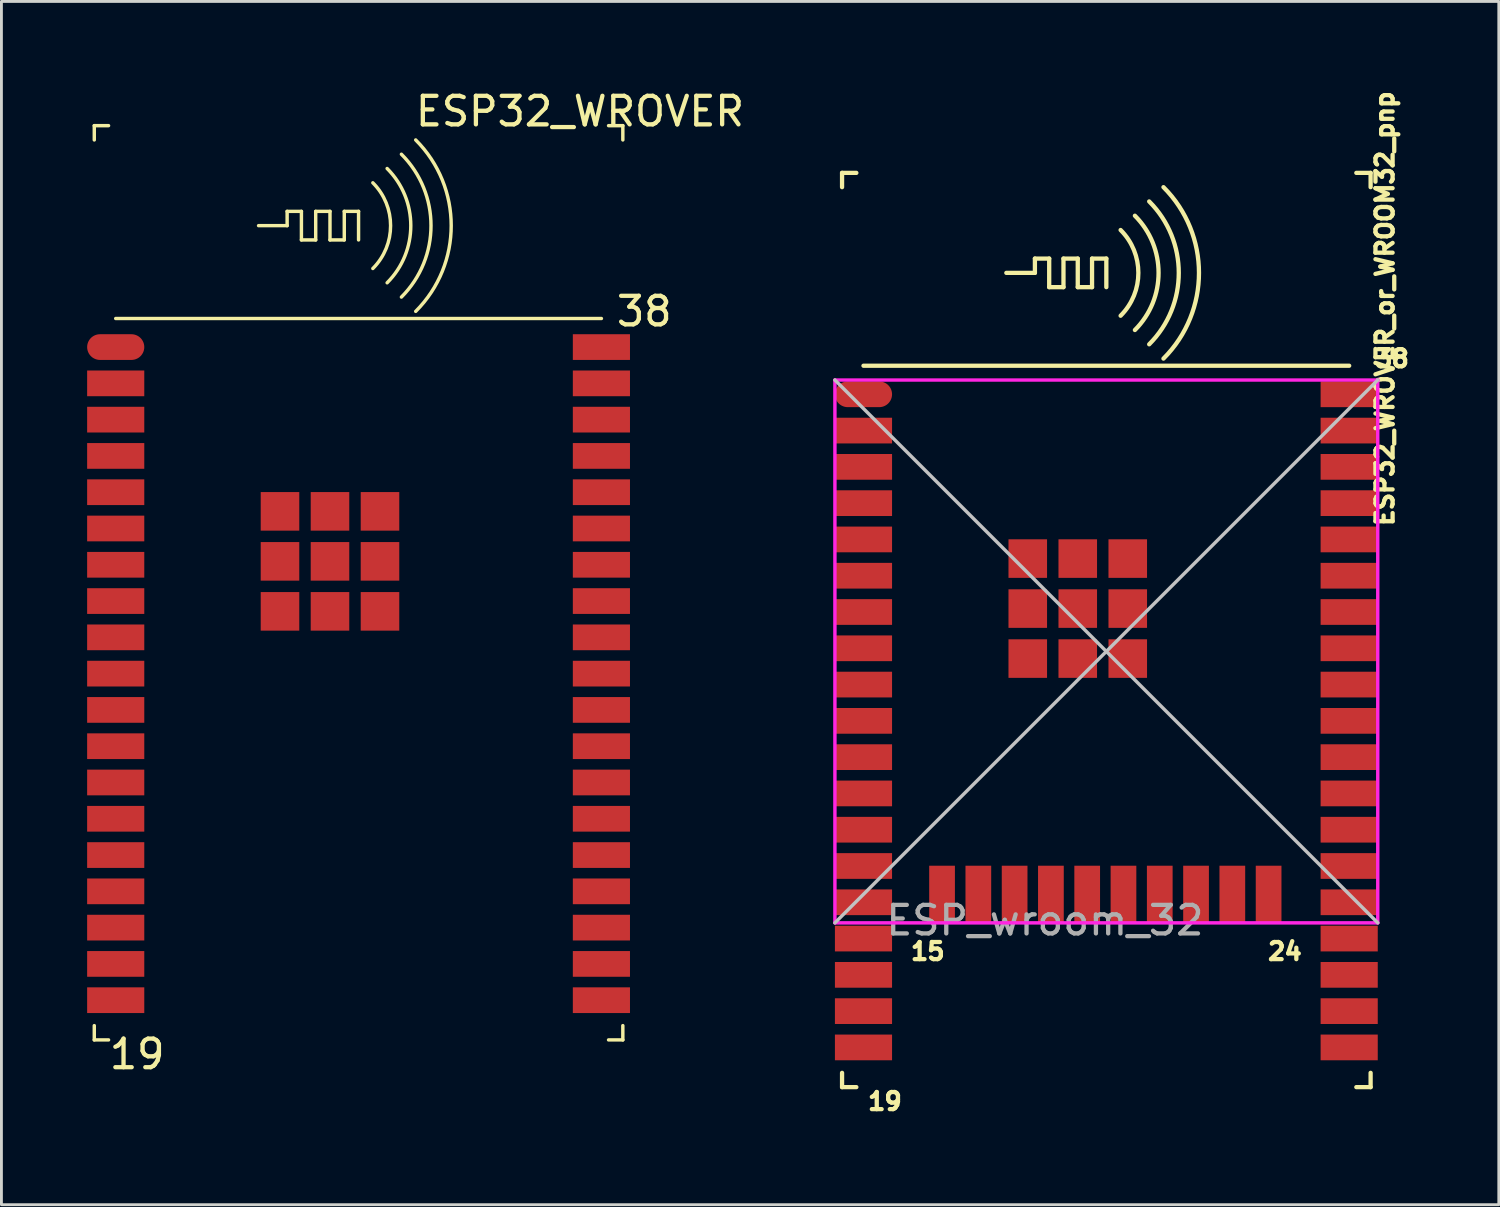
<source format=kicad_pcb>
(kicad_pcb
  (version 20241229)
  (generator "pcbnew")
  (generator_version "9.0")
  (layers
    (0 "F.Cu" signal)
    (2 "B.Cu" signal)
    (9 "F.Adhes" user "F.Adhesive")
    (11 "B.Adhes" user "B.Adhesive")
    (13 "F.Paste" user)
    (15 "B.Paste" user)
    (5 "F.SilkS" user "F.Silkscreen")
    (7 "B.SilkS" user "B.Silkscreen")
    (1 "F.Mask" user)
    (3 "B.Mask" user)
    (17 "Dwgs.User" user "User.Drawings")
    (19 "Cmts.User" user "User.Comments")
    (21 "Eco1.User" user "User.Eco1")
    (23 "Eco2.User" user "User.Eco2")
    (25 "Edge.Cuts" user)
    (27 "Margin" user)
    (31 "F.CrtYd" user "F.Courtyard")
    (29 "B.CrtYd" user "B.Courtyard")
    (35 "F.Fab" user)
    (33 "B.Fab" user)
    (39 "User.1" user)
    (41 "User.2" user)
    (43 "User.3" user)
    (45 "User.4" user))
  (footprint "ESP32_WROVER_or_WROOM32_pnp"
    (layer "F.Cu")
    (at 35.673 19.751)
    (property "Reference" "ESP32_WROVER_or_WROOM32_pnp" (at 9.75 -12 270) (layer "F.SilkS") (effects (font (size 0.6 0.6) (thickness 0.15))))
    (attr smd)
    (fp_line (start -9.25 -16.75) (end -9.25 -16.25) (stroke (width 0.15) (type solid)) (layer "F.SilkS"))
    (fp_line (start -9.25 -16.75) (end -8.75 -16.75) (stroke (width 0.15) (type solid)) (layer "F.SilkS"))
    (fp_line (start -9.25 15.25) (end -9.25 14.75) (stroke (width 0.15) (type solid)) (layer "F.SilkS"))
    (fp_line (start -9.25 15.25) (end -8.75 15.25) (stroke (width 0.15) (type solid)) (layer "F.SilkS"))
    (fp_line (start -8.5 -10) (end 8.5 -10) (stroke (width 0.15) (type solid)) (layer "F.SilkS"))
    (fp_line (start -3.5 -13.25) (end -2.5 -13.25) (stroke (width 0.15) (type solid)) (layer "F.SilkS"))
    (fp_line (start -2.5 -13.75) (end -2 -13.75) (stroke (width 0.15) (type solid)) (layer "F.SilkS"))
    (fp_line (start -2.5 -13.25) (end -2.5 -13.75) (stroke (width 0.15) (type solid)) (layer "F.SilkS"))
    (fp_line (start -2 -13.75) (end -2 -12.75) (stroke (width 0.15) (type solid)) (layer "F.SilkS"))
    (fp_line (start -2 -12.75) (end -1.5 -12.75) (stroke (width 0.15) (type solid)) (layer "F.SilkS"))
    (fp_line (start -1.5 -13.75) (end -1 -13.75) (stroke (width 0.15) (type solid)) (layer "F.SilkS"))
    (fp_line (start -1.5 -12.75) (end -1.5 -13.75) (stroke (width 0.15) (type solid)) (layer "F.SilkS"))
    (fp_line (start -1 -13.75) (end -1 -12.75) (stroke (width 0.15) (type solid)) (layer "F.SilkS"))
    (fp_line (start -1 -12.75) (end -0.5 -12.75) (stroke (width 0.15) (type solid)) (layer "F.SilkS"))
    (fp_line (start -0.5 -13.75) (end 0 -13.75) (stroke (width 0.15) (type solid)) (layer "F.SilkS"))
    (fp_line (start -0.5 -12.75) (end -0.5 -13.75) (stroke (width 0.15) (type solid)) (layer "F.SilkS"))
    (fp_line (start 0 -13.75) (end 0 -12.75) (stroke (width 0.15) (type solid)) (layer "F.SilkS"))
    (fp_line (start 9.25 -16.75) (end 8.75 -16.75) (stroke (width 0.15) (type solid)) (layer "F.SilkS"))
    (fp_line (start 9.25 -16.75) (end 9.25 -16.25) (stroke (width 0.15) (type solid)) (layer "F.SilkS"))
    (fp_line (start 9.25 15.25) (end 8.75 15.25) (stroke (width 0.15) (type solid)) (layer "F.SilkS"))
    (fp_line (start 9.25 15.25) (end 9.25 14.75) (stroke (width 0.15) (type solid)) (layer "F.SilkS"))
    (fp_arc (start 0.499999 -14.749999) (mid 1.121319 -13.25) (end 0.499999 -11.750001) (stroke (width 0.15) (type solid)) (layer "F.SilkS"))
    (fp_arc (start 0.999999 -15.249999) (mid 1.828426 -13.25) (end 0.999999 -11.250001) (stroke (width 0.15) (type solid)) (layer "F.SilkS"))
    (fp_arc (start 1.499999 -15.749999) (mid 2.535532 -13.25) (end 1.499999 -10.750001) (stroke (width 0.15) (type solid)) (layer "F.SilkS"))
    (fp_arc (start 1.999999 -16.249999) (mid 3.242639 -13.25) (end 1.999999 -10.250001) (stroke (width 0.15) (type solid)) (layer "F.SilkS"))
    (fp_line (start -9.5 -9.5) (end 9.5 9.5) (stroke (width 0.12) (type solid)) (layer "Dwgs.User"))
    (fp_line (start -9.5 9.5) (end 9.5 -9.5) (stroke (width 0.12) (type solid)) (layer "Dwgs.User"))
    (fp_line (start -9.5 -9.5) (end 9.5 -9.5) (stroke (width 0.12) (type solid)) (layer "F.CrtYd"))
    (fp_line (start -9.5 9.5) (end -9.5 -9.5) (stroke (width 0.12) (type solid)) (layer "F.CrtYd"))
    (fp_line (start 9.5 -9.5) (end 9.5 9.5) (stroke (width 0.12) (type solid)) (layer "F.CrtYd"))
    (fp_line (start 9.5 9.5) (end -9.5 9.5) (stroke (width 0.12) (type solid)) (layer "F.CrtYd"))
    (fp_text user "38" (at 10 -10.25 0) (layer "F.SilkS") (effects (font (size 0.6 0.6) (thickness 0.15))))
    (fp_text user "19" (at -7.75 15.75 0) (layer "F.SilkS") (effects (font (size 0.6 0.6) (thickness 0.15))))
    (fp_text user "24" (at 6.25 10.5 0) (layer "F.SilkS") (effects (font (size 0.6 0.6) (thickness 0.15))))
    (fp_text user "15" (at -6.25 10.5 0) (layer "F.SilkS") (effects (font (size 0.6 0.6) (thickness 0.15))))
    (fp_text user "ESP_wroom_32" (at -2.15 9.415 0) (layer "F.Fab") (effects (font (size 1 1) (thickness 0.15))))
    (pad "1" smd oval (at -8.5 -9) (size 2 0.9) (layers "F.Cu" "F.Mask" "F.Paste"))
    (pad "2" smd rect (at -8.5 -7.73) (size 2 0.9) (layers "F.Cu" "F.Mask" "F.Paste"))
    (pad "3" smd rect (at -8.5 -6.46) (size 2 0.9) (layers "F.Cu" "F.Mask" "F.Paste"))
    (pad "4" smd rect (at -8.5 -5.19) (size 2 0.9) (layers "F.Cu" "F.Mask" "F.Paste"))
    (pad "5" smd rect (at -8.5 -3.92) (size 2 0.9) (layers "F.Cu" "F.Mask" "F.Paste"))
    (pad "6" smd rect (at -8.5 -2.65) (size 2 0.9) (layers "F.Cu" "F.Mask" "F.Paste"))
    (pad "7" smd rect (at -8.5 -1.38) (size 2 0.9) (layers "F.Cu" "F.Mask" "F.Paste"))
    (pad "8" smd rect (at -8.5 -0.11) (size 2 0.9) (layers "F.Cu" "F.Mask" "F.Paste"))
    (pad "9" smd rect (at -8.5 1.16) (size 2 0.9) (layers "F.Cu" "F.Mask" "F.Paste"))
    (pad "10" smd rect (at -8.5 2.43) (size 2 0.9) (layers "F.Cu" "F.Mask" "F.Paste"))
    (pad "11" smd rect (at -8.5 3.7) (size 2 0.9) (layers "F.Cu" "F.Mask" "F.Paste"))
    (pad "12" smd rect (at -8.5 4.97) (size 2 0.9) (layers "F.Cu" "F.Mask" "F.Paste"))
    (pad "13" smd rect (at -8.5 6.24) (size 2 0.9) (layers "F.Cu" "F.Mask" "F.Paste"))
    (pad "14" smd rect (at -8.5 7.51) (size 2 0.9) (layers "F.Cu" "F.Mask" "F.Paste"))
    (pad "15" smd rect (at -8.5 8.78) (size 2 0.9) (layers "F.Cu" "F.Mask" "F.Paste"))
    (pad "15" smd rect (at -5.75 8.5) (size 0.9 2) (layers "F.Cu" "F.Mask" "F.Paste"))
    (pad "16" smd rect (at -8.5 10.05) (size 2 0.9) (layers "F.Cu" "F.Mask" "F.Paste"))
    (pad "16" smd rect (at -4.48 8.5) (size 0.9 2) (layers "F.Cu" "F.Mask" "F.Paste"))
    (pad "17" smd rect (at -8.5 11.32) (size 2 0.9) (layers "F.Cu" "F.Mask" "F.Paste"))
    (pad "17" smd rect (at -3.21 8.5) (size 0.9 2) (layers "F.Cu" "F.Mask" "F.Paste"))
    (pad "18" smd rect (at -8.5 12.59) (size 2 0.9) (layers "F.Cu" "F.Mask" "F.Paste"))
    (pad "18" smd rect (at -1.94 8.5) (size 0.9 2) (layers "F.Cu" "F.Mask" "F.Paste"))
    (pad "19" smd rect (at -8.5 13.86) (size 2 0.9) (layers "F.Cu" "F.Mask" "F.Paste"))
    (pad "19" smd rect (at -0.67 8.5) (size 0.9 2) (layers "F.Cu" "F.Mask" "F.Paste"))
    (pad "20" smd rect (at 0.6 8.5) (size 0.9 2) (layers "F.Cu" "F.Mask" "F.Paste"))
    (pad "20" smd rect (at 8.5 13.86) (size 2 0.9) (layers "F.Cu" "F.Mask" "F.Paste"))
    (pad "21" smd rect (at 1.87 8.5) (size 0.9 2) (layers "F.Cu" "F.Mask" "F.Paste"))
    (pad "21" smd rect (at 8.5 12.59) (size 2 0.9) (layers "F.Cu" "F.Mask" "F.Paste"))
    (pad "22" smd rect (at 3.14 8.5) (size 0.9 2) (layers "F.Cu" "F.Mask" "F.Paste"))
    (pad "22" smd rect (at 8.5 11.32) (size 2 0.9) (layers "F.Cu" "F.Mask" "F.Paste"))
    (pad "23" smd rect (at 4.41 8.5) (size 0.9 2) (layers "F.Cu" "F.Mask" "F.Paste"))
    (pad "23" smd rect (at 8.5 10.05) (size 2 0.9) (layers "F.Cu" "F.Mask" "F.Paste"))
    (pad "24" smd rect (at 5.68 8.5) (size 0.9 2) (layers "F.Cu" "F.Mask" "F.Paste"))
    (pad "24" smd rect (at 8.5 8.78) (size 2 0.9) (layers "F.Cu" "F.Mask" "F.Paste"))
    (pad "25" smd rect (at 8.5 7.51) (size 2 0.9) (layers "F.Cu" "F.Mask" "F.Paste"))
    (pad "26" smd rect (at 8.5 6.24) (size 2 0.9) (layers "F.Cu" "F.Mask" "F.Paste"))
    (pad "27" smd rect (at 8.5 4.97) (size 2 0.9) (layers "F.Cu" "F.Mask" "F.Paste"))
    (pad "28" smd rect (at 8.5 3.7) (size 2 0.9) (layers "F.Cu" "F.Mask" "F.Paste"))
    (pad "29" smd rect (at 8.5 2.43) (size 2 0.9) (layers "F.Cu" "F.Mask" "F.Paste"))
    (pad "30" smd rect (at 8.5 1.16) (size 2 0.9) (layers "F.Cu" "F.Mask" "F.Paste"))
    (pad "31" smd rect (at 8.5 -0.11) (size 2 0.9) (layers "F.Cu" "F.Mask" "F.Paste"))
    (pad "32" smd rect (at 8.5 -1.38) (size 2 0.9) (layers "F.Cu" "F.Mask" "F.Paste"))
    (pad "33" smd rect (at 8.5 -2.65) (size 2 0.9) (layers "F.Cu" "F.Mask" "F.Paste"))
    (pad "34" smd rect (at 8.5 -3.92) (size 2 0.9) (layers "F.Cu" "F.Mask" "F.Paste"))
    (pad "35" smd rect (at 8.5 -5.19) (size 2 0.9) (layers "F.Cu" "F.Mask" "F.Paste"))
    (pad "36" smd rect (at 8.5 -6.46) (size 2 0.9) (layers "F.Cu" "F.Mask" "F.Paste"))
    (pad "37" smd rect (at 8.5 -7.73) (size 2 0.9) (layers "F.Cu" "F.Mask" "F.Paste"))
    (pad "38" smd rect (at 8.5 -9) (size 2 0.9) (layers "F.Cu" "F.Mask" "F.Paste"))
    (pad "39" smd rect (at -2.75 -3.25) (size 1.35 1.35) (layers "F.Cu" "F.Mask" "F.Paste"))
    (pad "39" smd rect (at -2.75 -1.5) (size 1.35 1.35) (layers "F.Cu" "F.Mask" "F.Paste"))
    (pad "39" smd rect (at -2.75 0.25) (size 1.35 1.35) (layers "F.Cu" "F.Mask" "F.Paste"))
    (pad "39" smd rect (at -1 -3.25) (size 1.35 1.35) (layers "F.Cu" "F.Mask" "F.Paste"))
    (pad "39" smd rect (at -1 -1.5) (size 1.35 1.35) (layers "F.Cu" "F.Mask" "F.Paste"))
    (pad "39" smd rect (at -1 0.25) (size 1.35 1.35) (layers "F.Cu" "F.Mask" "F.Paste"))
    (pad "39" smd rect (at 0.75 -3.25) (size 1.35 1.35) (layers "F.Cu" "F.Mask" "F.Paste"))
    (pad "39" smd rect (at 0.75 -1.5) (size 1.35 1.35) (layers "F.Cu" "F.Mask" "F.Paste"))
    (pad "39" smd rect (at 0.75 0.25) (size 1.35 1.35) (layers "F.Cu" "F.Mask" "F.Paste")))
  (footprint "ESP32_WROVER"
    (layer "F.Cu")
    (at 1 9.098)
    (property "Reference" "ESP32_WROVER" (at 16.25 -8.25 0) (layer "F.SilkS") (effects (font (size 1 1) (thickness 0.15))))
    (attr through_hole)
    (fp_line (start -0.75 -7.75) (end -0.75 -7.25) (stroke (width 0.12) (type solid)) (layer "F.SilkS"))
    (fp_line (start -0.75 -7.75) (end -0.25 -7.75) (stroke (width 0.12) (type solid)) (layer "F.SilkS"))
    (fp_line (start -0.75 24.25) (end -0.75 23.75) (stroke (width 0.12) (type solid)) (layer "F.SilkS"))
    (fp_line (start -0.75 24.25) (end -0.25 24.25) (stroke (width 0.12) (type solid)) (layer "F.SilkS"))
    (fp_line (start 0 -1) (end 17 -1) (stroke (width 0.12) (type solid)) (layer "F.SilkS"))
    (fp_line (start 5 -4.25) (end 6 -4.25) (stroke (width 0.12) (type solid)) (layer "F.SilkS"))
    (fp_line (start 6 -4.75) (end 6.5 -4.75) (stroke (width 0.12) (type solid)) (layer "F.SilkS"))
    (fp_line (start 6 -4.25) (end 6 -4.75) (stroke (width 0.12) (type solid)) (layer "F.SilkS"))
    (fp_line (start 6.5 -4.75) (end 6.5 -3.75) (stroke (width 0.12) (type solid)) (layer "F.SilkS"))
    (fp_line (start 6.5 -3.75) (end 7 -3.75) (stroke (width 0.12) (type solid)) (layer "F.SilkS"))
    (fp_line (start 7 -4.75) (end 7.5 -4.75) (stroke (width 0.12) (type solid)) (layer "F.SilkS"))
    (fp_line (start 7 -3.75) (end 7 -4.75) (stroke (width 0.12) (type solid)) (layer "F.SilkS"))
    (fp_line (start 7.5 -4.75) (end 7.5 -3.75) (stroke (width 0.12) (type solid)) (layer "F.SilkS"))
    (fp_line (start 7.5 -3.75) (end 8 -3.75) (stroke (width 0.12) (type solid)) (layer "F.SilkS"))
    (fp_line (start 8 -4.75) (end 8.5 -4.75) (stroke (width 0.12) (type solid)) (layer "F.SilkS"))
    (fp_line (start 8 -3.75) (end 8 -4.75) (stroke (width 0.12) (type solid)) (layer "F.SilkS"))
    (fp_line (start 8.5 -4.75) (end 8.5 -3.75) (stroke (width 0.12) (type solid)) (layer "F.SilkS"))
    (fp_line (start 17.75 -7.75) (end 17.25 -7.75) (stroke (width 0.12) (type solid)) (layer "F.SilkS"))
    (fp_line (start 17.75 -7.75) (end 17.75 -7.25) (stroke (width 0.12) (type solid)) (layer "F.SilkS"))
    (fp_line (start 17.75 24.25) (end 17.25 24.25) (stroke (width 0.12) (type solid)) (layer "F.SilkS"))
    (fp_line (start 17.75 24.25) (end 17.75 23.75) (stroke (width 0.12) (type solid)) (layer "F.SilkS"))
    (fp_arc (start 8.999999 -5.749999) (mid 9.621319 -4.25) (end 8.999999 -2.750001) (stroke (width 0.12) (type solid)) (layer "F.SilkS"))
    (fp_arc (start 9.499999 -6.249999) (mid 10.328426 -4.25) (end 9.499999 -2.250001) (stroke (width 0.12) (type solid)) (layer "F.SilkS"))
    (fp_arc (start 9.999999 -6.749999) (mid 11.035532 -4.25) (end 9.999999 -1.750001) (stroke (width 0.12) (type solid)) (layer "F.SilkS"))
    (fp_arc (start 10.499999 -7.249999) (mid 11.742639 -4.25) (end 10.499999 -1.250001) (stroke (width 0.12) (type solid)) (layer "F.SilkS"))
    (fp_text user "38" (at 18.5 -1.25 0) (layer "F.SilkS") (effects (font (size 1 1) (thickness 0.15))))
    (fp_text user "19" (at 0.75 24.75 0) (layer "F.SilkS") (effects (font (size 1 1) (thickness 0.15))))
    (pad "1" smd oval (at 0 0) (size 2 0.9) (layers "F.Cu" "F.Mask" "F.Paste"))
    (pad "2" smd rect (at 0 1.27) (size 2 0.9) (layers "F.Cu" "F.Mask" "F.Paste"))
    (pad "3" smd rect (at 0 2.54) (size 2 0.9) (layers "F.Cu" "F.Mask" "F.Paste"))
    (pad "4" smd rect (at 0 3.81) (size 2 0.9) (layers "F.Cu" "F.Mask" "F.Paste"))
    (pad "5" smd rect (at 0 5.08) (size 2 0.9) (layers "F.Cu" "F.Mask" "F.Paste"))
    (pad "6" smd rect (at 0 6.35) (size 2 0.9) (layers "F.Cu" "F.Mask" "F.Paste"))
    (pad "7" smd rect (at 0 7.62) (size 2 0.9) (layers "F.Cu" "F.Mask" "F.Paste"))
    (pad "8" smd rect (at 0 8.89) (size 2 0.9) (layers "F.Cu" "F.Mask" "F.Paste"))
    (pad "9" smd rect (at 0 10.16) (size 2 0.9) (layers "F.Cu" "F.Mask" "F.Paste"))
    (pad "10" smd rect (at 0 11.43) (size 2 0.9) (layers "F.Cu" "F.Mask" "F.Paste"))
    (pad "11" smd rect (at 0 12.7) (size 2 0.9) (layers "F.Cu" "F.Mask" "F.Paste"))
    (pad "12" smd rect (at 0 13.97) (size 2 0.9) (layers "F.Cu" "F.Mask" "F.Paste"))
    (pad "13" smd rect (at 0 15.24) (size 2 0.9) (layers "F.Cu" "F.Mask" "F.Paste"))
    (pad "14" smd rect (at 0 16.51) (size 2 0.9) (layers "F.Cu" "F.Mask" "F.Paste"))
    (pad "15" smd rect (at 0 17.78) (size 2 0.9) (layers "F.Cu" "F.Mask" "F.Paste"))
    (pad "16" smd rect (at 0 19.05) (size 2 0.9) (layers "F.Cu" "F.Mask" "F.Paste"))
    (pad "17" smd rect (at 0 20.32) (size 2 0.9) (layers "F.Cu" "F.Mask" "F.Paste"))
    (pad "18" smd rect (at 0 21.59) (size 2 0.9) (layers "F.Cu" "F.Mask" "F.Paste"))
    (pad "19" smd rect (at 0 22.86) (size 2 0.9) (layers "F.Cu" "F.Mask" "F.Paste"))
    (pad "20" smd rect (at 17 22.86) (size 2 0.9) (layers "F.Cu" "F.Mask" "F.Paste"))
    (pad "21" smd rect (at 17 21.59) (size 2 0.9) (layers "F.Cu" "F.Mask" "F.Paste"))
    (pad "22" smd rect (at 17 20.32) (size 2 0.9) (layers "F.Cu" "F.Mask" "F.Paste"))
    (pad "23" smd rect (at 17 19.05) (size 2 0.9) (layers "F.Cu" "F.Mask" "F.Paste"))
    (pad "24" smd rect (at 17 17.78) (size 2 0.9) (layers "F.Cu" "F.Mask" "F.Paste"))
    (pad "25" smd rect (at 17 16.51) (size 2 0.9) (layers "F.Cu" "F.Mask" "F.Paste"))
    (pad "26" smd rect (at 17 15.24) (size 2 0.9) (layers "F.Cu" "F.Mask" "F.Paste"))
    (pad "27" smd rect (at 17 13.97) (size 2 0.9) (layers "F.Cu" "F.Mask" "F.Paste"))
    (pad "28" smd rect (at 17 12.7) (size 2 0.9) (layers "F.Cu" "F.Mask" "F.Paste"))
    (pad "29" smd rect (at 17 11.43) (size 2 0.9) (layers "F.Cu" "F.Mask" "F.Paste"))
    (pad "30" smd rect (at 17 10.16) (size 2 0.9) (layers "F.Cu" "F.Mask" "F.Paste"))
    (pad "31" smd rect (at 17 8.89) (size 2 0.9) (layers "F.Cu" "F.Mask" "F.Paste"))
    (pad "32" smd rect (at 17 7.62) (size 2 0.9) (layers "F.Cu" "F.Mask" "F.Paste"))
    (pad "33" smd rect (at 17 6.35) (size 2 0.9) (layers "F.Cu" "F.Mask" "F.Paste"))
    (pad "34" smd rect (at 17 5.08) (size 2 0.9) (layers "F.Cu" "F.Mask" "F.Paste"))
    (pad "35" smd rect (at 17 3.81) (size 2 0.9) (layers "F.Cu" "F.Mask" "F.Paste"))
    (pad "36" smd rect (at 17 2.54) (size 2 0.9) (layers "F.Cu" "F.Mask" "F.Paste"))
    (pad "37" smd rect (at 17 1.27) (size 2 0.9) (layers "F.Cu" "F.Mask" "F.Paste"))
    (pad "38" smd rect (at 17 0) (size 2 0.9) (layers "F.Cu" "F.Mask" "F.Paste"))
    (pad "39" smd rect (at 5.75 5.75) (size 1.35 1.35) (layers "F.Cu" "F.Mask" "F.Paste"))
    (pad "39" smd rect (at 5.75 7.5) (size 1.35 1.35) (layers "F.Cu" "F.Mask" "F.Paste"))
    (pad "39" smd rect (at 5.75 9.25) (size 1.35 1.35) (layers "F.Cu" "F.Mask" "F.Paste"))
    (pad "39" smd rect (at 7.5 5.75) (size 1.35 1.35) (layers "F.Cu" "F.Mask" "F.Paste"))
    (pad "39" smd rect (at 7.5 7.5) (size 1.35 1.35) (layers "F.Cu" "F.Mask" "F.Paste"))
    (pad "39" smd rect (at 7.5 9.25) (size 1.35 1.35) (layers "F.Cu" "F.Mask" "F.Paste"))
    (pad "39" smd rect (at 9.25 5.75) (size 1.35 1.35) (layers "F.Cu" "F.Mask" "F.Paste"))
    (pad "39" smd rect (at 9.25 7.5) (size 1.35 1.35) (layers "F.Cu" "F.Mask" "F.Paste"))
    (pad "39" smd rect (at 9.25 9.25) (size 1.35 1.35) (layers "F.Cu" "F.Mask" "F.Paste")))
  (gr_rect
    (start -3 -3)
    (end 49.41 39.115)
    (stroke (width 0.1) (type default))
    (fill no)
    (layer "Edge.Cuts")))
</source>
